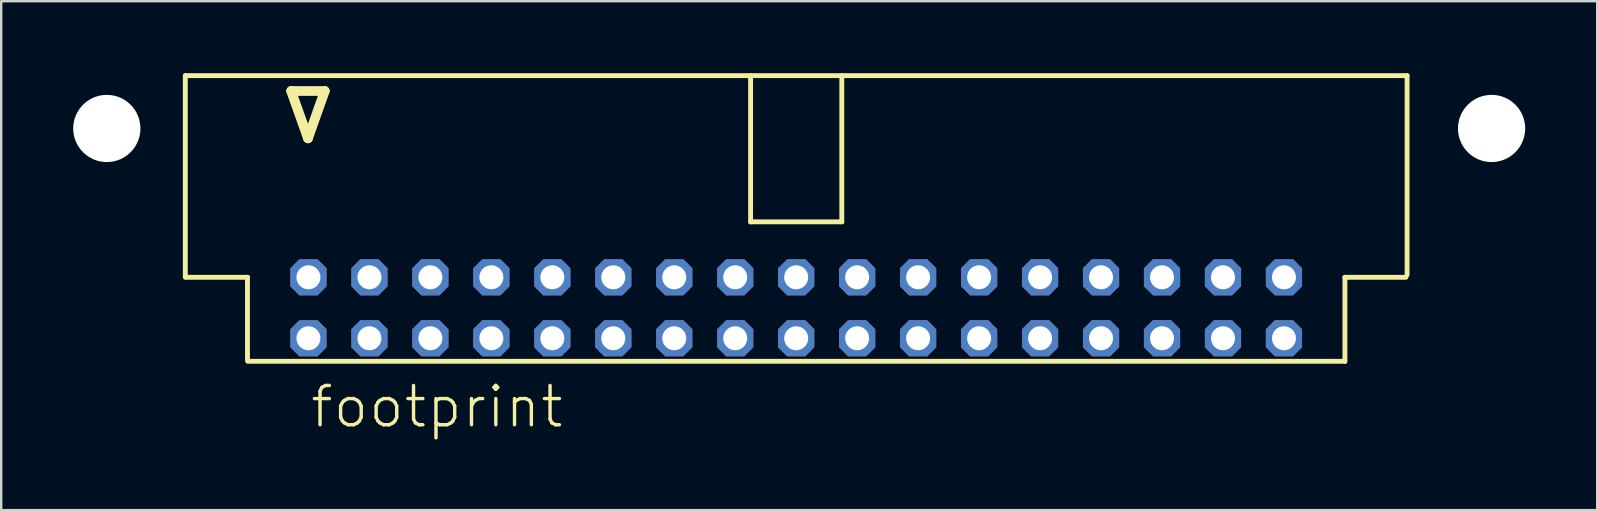
<source format=kicad_pcb>
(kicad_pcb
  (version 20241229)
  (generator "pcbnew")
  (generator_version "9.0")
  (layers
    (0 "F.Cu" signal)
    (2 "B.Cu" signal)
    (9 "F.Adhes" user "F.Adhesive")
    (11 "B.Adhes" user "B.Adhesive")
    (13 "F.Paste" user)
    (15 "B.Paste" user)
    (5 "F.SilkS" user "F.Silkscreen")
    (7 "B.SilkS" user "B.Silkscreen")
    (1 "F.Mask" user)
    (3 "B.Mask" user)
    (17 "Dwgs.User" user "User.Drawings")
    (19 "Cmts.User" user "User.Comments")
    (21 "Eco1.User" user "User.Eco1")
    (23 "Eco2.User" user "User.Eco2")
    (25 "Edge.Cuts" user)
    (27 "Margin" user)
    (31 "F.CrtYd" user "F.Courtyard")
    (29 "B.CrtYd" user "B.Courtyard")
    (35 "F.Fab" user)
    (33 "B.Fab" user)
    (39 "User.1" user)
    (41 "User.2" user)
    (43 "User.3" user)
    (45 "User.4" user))
  (footprint "footprint"
    (layer "F.Cu")
    (at 30.12 5.962)
    (property "Reference" "footprint" (at -20.32 8.89 0) (layer "F.SilkS") (effects (font (size 1.636 1.636) (thickness 0.142)) (justify left bottom)))
    (fp_line (start -25.45 -5.86) (end 25.45 -5.86) (stroke (width 0.203) (type solid)) (layer "F.SilkS"))
    (fp_line (start -25.45 2.54) (end -25.45 -5.86) (stroke (width 0.203) (type solid)) (layer "F.SilkS"))
    (fp_line (start -25.4 2.54) (end -22.86 2.54) (stroke (width 0.203) (type solid)) (layer "F.SilkS"))
    (fp_line (start -22.86 2.54) (end -22.86 5.98) (stroke (width 0.203) (type solid)) (layer "F.SilkS"))
    (fp_line (start -21.04 -5.22) (end -20.34 -3.25) (stroke (width 0.406) (type solid)) (layer "F.SilkS"))
    (fp_line (start -20.34 -3.25) (end -19.64 -5.22) (stroke (width 0.406) (type solid)) (layer "F.SilkS"))
    (fp_line (start -19.64 -5.22) (end -21.04 -5.22) (stroke (width 0.406) (type solid)) (layer "F.SilkS"))
    (fp_line (start -1.9 0.23) (end -1.9 -5.86) (stroke (width 0.203) (type solid)) (layer "F.SilkS"))
    (fp_line (start -1.9 0.23) (end 1.9 0.23) (stroke (width 0.203) (type solid)) (layer "F.SilkS"))
    (fp_line (start 1.9 0.23) (end 1.9 -5.86) (stroke (width 0.203) (type solid)) (layer "F.SilkS"))
    (fp_line (start 22.85 6.04) (end -22.85 6.04) (stroke (width 0.203) (type solid)) (layer "F.SilkS"))
    (fp_line (start 22.86 2.54) (end 22.86 6.05) (stroke (width 0.203) (type solid)) (layer "F.SilkS"))
    (fp_line (start 25.4 2.54) (end 22.86 2.54) (stroke (width 0.203) (type solid)) (layer "F.SilkS"))
    (fp_line (start 25.45 -5.86) (end 25.45 2.44) (stroke (width 0.203) (type solid)) (layer "F.SilkS"))
    (pad "" np_thru_hole circle (at -28.72 -3.66) (size 2.8 2.8) (drill 2.8) (layers "*.Cu" "*.Mask"))
    (pad "" np_thru_hole circle (at 28.97 -3.66) (size 2.8 2.8) (drill 2.8) (layers "*.Cu" "*.Mask"))
    (pad "1" thru_hole roundrect (at -20.32 5.08) (size 1.508 1.508) (drill 1) (layers "*.Cu" "*.Mask") (roundrect_rratio 0.25) (chamfer_ratio 0.25) (chamfer top_left top_right bottom_left bottom_right))
    (pad "2" thru_hole roundrect (at -20.32 2.54) (size 1.508 1.508) (drill 1) (layers "*.Cu" "*.Mask") (roundrect_rratio 0.25) (chamfer_ratio 0.25) (chamfer top_left top_right bottom_left bottom_right))
    (pad "3" thru_hole roundrect (at -17.78 5.08) (size 1.508 1.508) (drill 1) (layers "*.Cu" "*.Mask") (roundrect_rratio 0.25) (chamfer_ratio 0.25) (chamfer top_left top_right bottom_left bottom_right))
    (pad "4" thru_hole roundrect (at -17.78 2.54) (size 1.508 1.508) (drill 1) (layers "*.Cu" "*.Mask") (roundrect_rratio 0.25) (chamfer_ratio 0.25) (chamfer top_left top_right bottom_left bottom_right))
    (pad "5" thru_hole roundrect (at -15.24 5.08) (size 1.508 1.508) (drill 1) (layers "*.Cu" "*.Mask") (roundrect_rratio 0.25) (chamfer_ratio 0.25) (chamfer top_left top_right bottom_left bottom_right))
    (pad "6" thru_hole roundrect (at -15.24 2.54) (size 1.508 1.508) (drill 1) (layers "*.Cu" "*.Mask") (roundrect_rratio 0.25) (chamfer_ratio 0.25) (chamfer top_left top_right bottom_left bottom_right))
    (pad "7" thru_hole roundrect (at -12.7 5.08) (size 1.508 1.508) (drill 1) (layers "*.Cu" "*.Mask") (roundrect_rratio 0.25) (chamfer_ratio 0.25) (chamfer top_left top_right bottom_left bottom_right))
    (pad "8" thru_hole roundrect (at -12.7 2.54) (size 1.508 1.508) (drill 1) (layers "*.Cu" "*.Mask") (roundrect_rratio 0.25) (chamfer_ratio 0.25) (chamfer top_left top_right bottom_left bottom_right))
    (pad "9" thru_hole roundrect (at -10.16 5.08) (size 1.508 1.508) (drill 1) (layers "*.Cu" "*.Mask") (roundrect_rratio 0.25) (chamfer_ratio 0.25) (chamfer top_left top_right bottom_left bottom_right))
    (pad "10" thru_hole roundrect (at -10.16 2.54) (size 1.508 1.508) (drill 1) (layers "*.Cu" "*.Mask") (roundrect_rratio 0.25) (chamfer_ratio 0.25) (chamfer top_left top_right bottom_left bottom_right))
    (pad "11" thru_hole roundrect (at -7.62 5.08) (size 1.508 1.508) (drill 1) (layers "*.Cu" "*.Mask") (roundrect_rratio 0.25) (chamfer_ratio 0.25) (chamfer top_left top_right bottom_left bottom_right))
    (pad "12" thru_hole roundrect (at -7.62 2.54) (size 1.508 1.508) (drill 1) (layers "*.Cu" "*.Mask") (roundrect_rratio 0.25) (chamfer_ratio 0.25) (chamfer top_left top_right bottom_left bottom_right))
    (pad "13" thru_hole roundrect (at -5.08 5.08) (size 1.508 1.508) (drill 1) (layers "*.Cu" "*.Mask") (roundrect_rratio 0.25) (chamfer_ratio 0.25) (chamfer top_left top_right bottom_left bottom_right))
    (pad "14" thru_hole roundrect (at -5.08 2.54) (size 1.508 1.508) (drill 1) (layers "*.Cu" "*.Mask") (roundrect_rratio 0.25) (chamfer_ratio 0.25) (chamfer top_left top_right bottom_left bottom_right))
    (pad "15" thru_hole roundrect (at -2.54 5.08) (size 1.508 1.508) (drill 1) (layers "*.Cu" "*.Mask") (roundrect_rratio 0.25) (chamfer_ratio 0.25) (chamfer top_left top_right bottom_left bottom_right))
    (pad "16" thru_hole roundrect (at -2.54 2.54) (size 1.508 1.508) (drill 1) (layers "*.Cu" "*.Mask") (roundrect_rratio 0.25) (chamfer_ratio 0.25) (chamfer top_left top_right bottom_left bottom_right))
    (pad "17" thru_hole roundrect (at 0 5.08) (size 1.508 1.508) (drill 1) (layers "*.Cu" "*.Mask") (roundrect_rratio 0.25) (chamfer_ratio 0.25) (chamfer top_left top_right bottom_left bottom_right))
    (pad "18" thru_hole roundrect (at 0 2.54) (size 1.508 1.508) (drill 1) (layers "*.Cu" "*.Mask") (roundrect_rratio 0.25) (chamfer_ratio 0.25) (chamfer top_left top_right bottom_left bottom_right))
    (pad "19" thru_hole roundrect (at 2.54 5.08) (size 1.508 1.508) (drill 1) (layers "*.Cu" "*.Mask") (roundrect_rratio 0.25) (chamfer_ratio 0.25) (chamfer top_left top_right bottom_left bottom_right))
    (pad "20" thru_hole roundrect (at 2.54 2.54) (size 1.508 1.508) (drill 1) (layers "*.Cu" "*.Mask") (roundrect_rratio 0.25) (chamfer_ratio 0.25) (chamfer top_left top_right bottom_left bottom_right))
    (pad "21" thru_hole roundrect (at 5.08 5.08) (size 1.508 1.508) (drill 1) (layers "*.Cu" "*.Mask") (roundrect_rratio 0.25) (chamfer_ratio 0.25) (chamfer top_left top_right bottom_left bottom_right))
    (pad "22" thru_hole roundrect (at 5.08 2.54) (size 1.508 1.508) (drill 1) (layers "*.Cu" "*.Mask") (roundrect_rratio 0.25) (chamfer_ratio 0.25) (chamfer top_left top_right bottom_left bottom_right))
    (pad "23" thru_hole roundrect (at 7.62 5.08) (size 1.508 1.508) (drill 1) (layers "*.Cu" "*.Mask") (roundrect_rratio 0.25) (chamfer_ratio 0.25) (chamfer top_left top_right bottom_left bottom_right))
    (pad "24" thru_hole roundrect (at 7.62 2.54) (size 1.508 1.508) (drill 1) (layers "*.Cu" "*.Mask") (roundrect_rratio 0.25) (chamfer_ratio 0.25) (chamfer top_left top_right bottom_left bottom_right))
    (pad "25" thru_hole roundrect (at 10.16 5.08) (size 1.508 1.508) (drill 1) (layers "*.Cu" "*.Mask") (roundrect_rratio 0.25) (chamfer_ratio 0.25) (chamfer top_left top_right bottom_left bottom_right))
    (pad "26" thru_hole roundrect (at 10.16 2.54) (size 1.508 1.508) (drill 1) (layers "*.Cu" "*.Mask") (roundrect_rratio 0.25) (chamfer_ratio 0.25) (chamfer top_left top_right bottom_left bottom_right))
    (pad "27" thru_hole roundrect (at 12.7 5.08) (size 1.508 1.508) (drill 1) (layers "*.Cu" "*.Mask") (roundrect_rratio 0.25) (chamfer_ratio 0.25) (chamfer top_left top_right bottom_left bottom_right))
    (pad "28" thru_hole roundrect (at 12.7 2.54) (size 1.508 1.508) (drill 1) (layers "*.Cu" "*.Mask") (roundrect_rratio 0.25) (chamfer_ratio 0.25) (chamfer top_left top_right bottom_left bottom_right))
    (pad "29" thru_hole roundrect (at 15.24 5.08) (size 1.508 1.508) (drill 1) (layers "*.Cu" "*.Mask") (roundrect_rratio 0.25) (chamfer_ratio 0.25) (chamfer top_left top_right bottom_left bottom_right))
    (pad "30" thru_hole roundrect (at 15.24 2.54) (size 1.508 1.508) (drill 1) (layers "*.Cu" "*.Mask") (roundrect_rratio 0.25) (chamfer_ratio 0.25) (chamfer top_left top_right bottom_left bottom_right))
    (pad "31" thru_hole roundrect (at 17.78 5.08) (size 1.508 1.508) (drill 1) (layers "*.Cu" "*.Mask") (roundrect_rratio 0.25) (chamfer_ratio 0.25) (chamfer top_left top_right bottom_left bottom_right))
    (pad "32" thru_hole roundrect (at 17.78 2.54) (size 1.508 1.508) (drill 1) (layers "*.Cu" "*.Mask") (roundrect_rratio 0.25) (chamfer_ratio 0.25) (chamfer top_left top_right bottom_left bottom_right))
    (pad "33" thru_hole roundrect (at 20.32 5.08) (size 1.508 1.508) (drill 1) (layers "*.Cu" "*.Mask") (roundrect_rratio 0.25) (chamfer_ratio 0.25) (chamfer top_left top_right bottom_left bottom_right))
    (pad "34" thru_hole roundrect (at 20.32 2.54) (size 1.508 1.508) (drill 1) (layers "*.Cu" "*.Mask") (roundrect_rratio 0.25) (chamfer_ratio 0.25) (chamfer top_left top_right bottom_left bottom_right)))
  (gr_rect
    (start -3 -3)
    (end 63.49 18.202)
    (stroke (width 0.1) (type default))
    (fill no)
    (layer "Edge.Cuts")))
</source>
